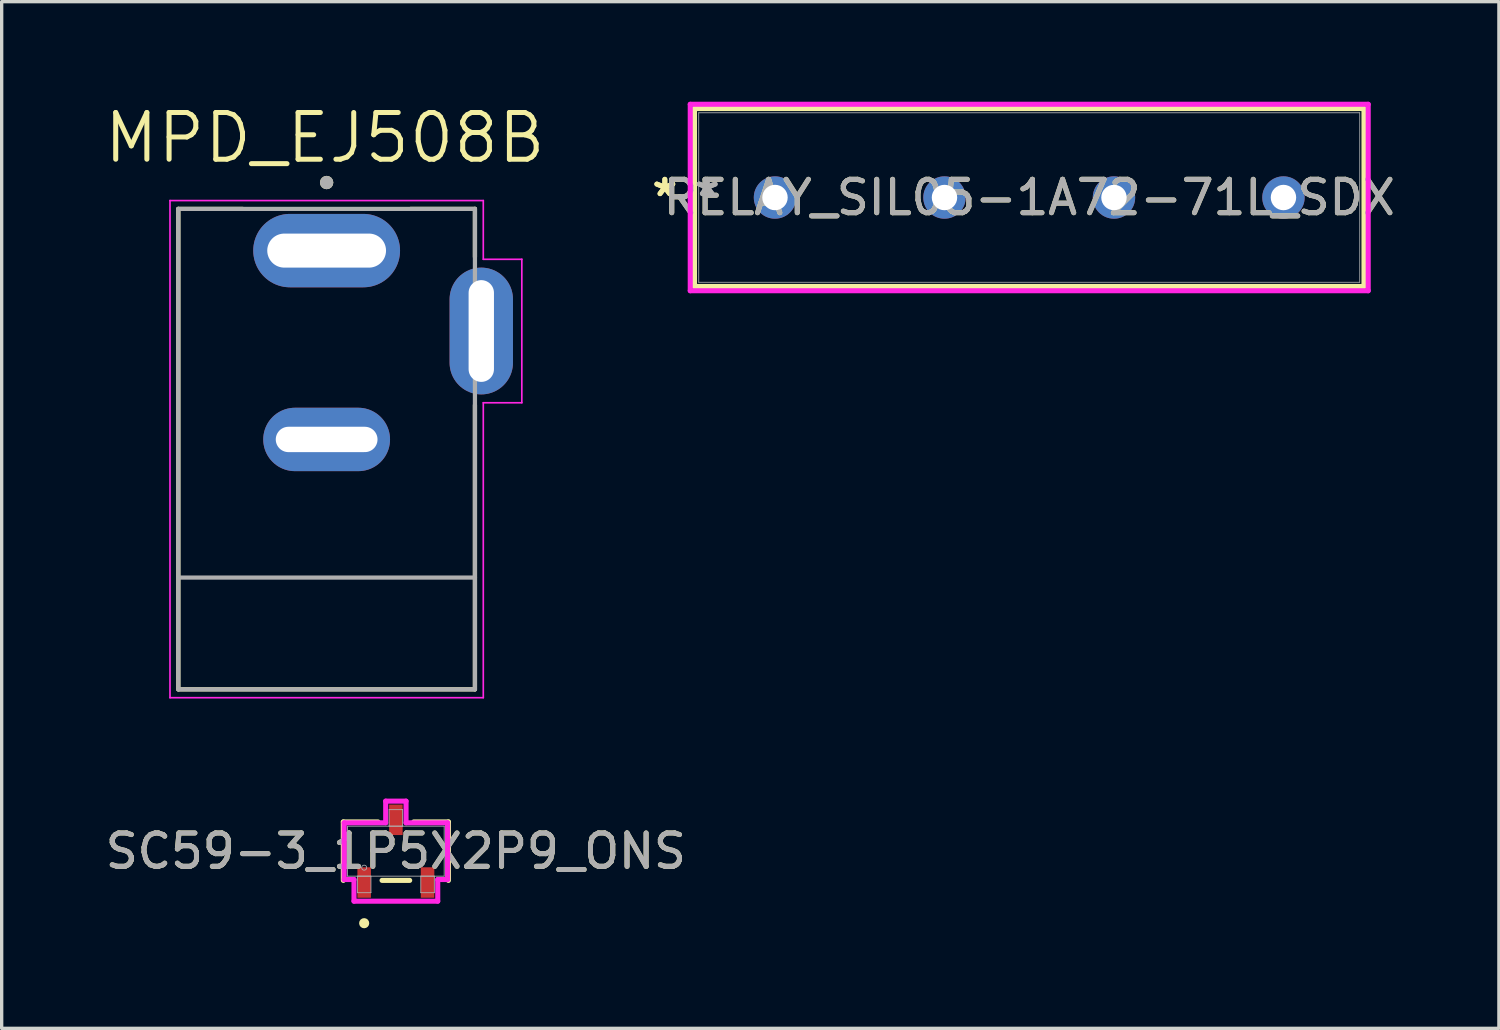
<source format=kicad_pcb>
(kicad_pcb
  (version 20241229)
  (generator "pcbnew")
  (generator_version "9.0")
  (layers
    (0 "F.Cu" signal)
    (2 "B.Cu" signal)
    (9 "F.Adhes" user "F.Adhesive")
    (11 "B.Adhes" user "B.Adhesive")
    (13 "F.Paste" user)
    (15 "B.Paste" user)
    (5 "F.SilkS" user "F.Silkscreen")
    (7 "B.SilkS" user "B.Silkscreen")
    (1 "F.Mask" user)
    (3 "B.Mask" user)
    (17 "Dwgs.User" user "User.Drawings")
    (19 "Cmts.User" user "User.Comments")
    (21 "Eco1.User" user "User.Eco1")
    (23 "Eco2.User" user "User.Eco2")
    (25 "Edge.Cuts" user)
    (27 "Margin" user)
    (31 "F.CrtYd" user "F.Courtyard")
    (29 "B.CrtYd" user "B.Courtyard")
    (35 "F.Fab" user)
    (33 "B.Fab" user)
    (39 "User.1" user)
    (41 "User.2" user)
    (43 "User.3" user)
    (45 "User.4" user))
  (footprint "RELAY_SIL05-1A72-71L_SDX"
    (layer "F.Cu")
    (at 20.178 2.87)
    (property "Reference" "RELAY_SIL05-1A72-71L_SDX" (at 7.62 0 0) (unlocked yes) (layer "F.SilkS") (effects (font (size 1 1) (thickness 0.15))))
    (attr through_hole)
    (fp_line (start -2.413 -2.667) (end -2.413 2.667) (stroke (width 0.152) (type solid)) (layer "F.SilkS"))
    (fp_line (start -2.413 2.667) (end 17.653 2.667) (stroke (width 0.152) (type solid)) (layer "F.SilkS"))
    (fp_line (start 17.653 -2.667) (end -2.413 -2.667) (stroke (width 0.152) (type solid)) (layer "F.SilkS"))
    (fp_line (start 17.653 2.667) (end 17.653 -2.667) (stroke (width 0.152) (type solid)) (layer "F.SilkS"))
    (fp_line (start -2.54 -2.794) (end 17.78 -2.794) (stroke (width 0.152) (type solid)) (layer "F.CrtYd"))
    (fp_line (start -2.54 2.794) (end -2.54 -2.794) (stroke (width 0.152) (type solid)) (layer "F.CrtYd"))
    (fp_line (start 17.78 -2.794) (end 17.78 2.794) (stroke (width 0.152) (type solid)) (layer "F.CrtYd"))
    (fp_line (start 17.78 2.794) (end -2.54 2.794) (stroke (width 0.152) (type solid)) (layer "F.CrtYd"))
    (fp_line (start -2.286 -2.54) (end -2.286 2.54) (stroke (width 0.025) (type solid)) (layer "F.Fab"))
    (fp_line (start -2.286 2.54) (end 17.526 2.54) (stroke (width 0.025) (type solid)) (layer "F.Fab"))
    (fp_line (start 17.526 -2.54) (end -2.286 -2.54) (stroke (width 0.025) (type solid)) (layer "F.Fab"))
    (fp_line (start 17.526 2.54) (end 17.526 -2.54) (stroke (width 0.025) (type solid)) (layer "F.Fab"))
    (fp_text user "*" (at -3.302 0 0) (unlocked yes) (layer "F.SilkS") (effects (font (size 1 1) (thickness 0.15))))
    (fp_text user "*" (at -3.302 0 0) (layer "F.SilkS") (effects (font (size 1 1) (thickness 0.15))))
    (fp_text user "*" (at -2.032 0 0) (unlocked yes) (layer "F.Fab") (effects (font (size 1 1) (thickness 0.15))))
    (fp_text user "${REFERENCE}" (at 7.62 0 0) (unlocked yes) (layer "F.Fab") (effects (font (size 1 1) (thickness 0.15))))
    (fp_text user "*" (at -2.032 0 0) (layer "F.Fab") (effects (font (size 1 1) (thickness 0.15))))
    (pad "1" thru_hole circle (at 0 0) (size 1.27 1.27) (drill 0.762) (layers "*.Cu" "*.Mask"))
    (pad "2" thru_hole circle (at 5.08 0) (size 1.27 1.27) (drill 0.762) (layers "*.Cu" "*.Mask"))
    (pad "3" thru_hole circle (at 10.16 0) (size 1.27 1.27) (drill 0.762) (layers "*.Cu" "*.Mask"))
    (pad "4" thru_hole circle (at 15.24 0) (size 1.27 1.27) (drill 0.762) (layers "*.Cu" "*.Mask")))
  (footprint "MPD_EJ508B"
    (layer "F.Cu")
    (at 6.74 6.871)
    (property "Reference" "MPD_EJ508B" (at -0.055 -5.789 0) (layer "F.SilkS") (effects (font (size 1.4 1.4) (thickness 0.15))))
    (attr through_hole)
    (fp_line (start -4.445 -3.66) (end -4.445 10.74) (stroke (width 0.127) (type solid)) (layer "F.SilkS"))
    (fp_line (start -4.445 10.74) (end 4.445 10.74) (stroke (width 0.127) (type solid)) (layer "F.SilkS"))
    (fp_line (start -2.52 -3.66) (end -4.445 -3.66) (stroke (width 0.127) (type solid)) (layer "F.SilkS"))
    (fp_line (start 2.52 -3.66) (end 4.445 -3.66) (stroke (width 0.127) (type solid)) (layer "F.SilkS"))
    (fp_line (start 4.445 -3.66) (end 4.445 -2.22) (stroke (width 0.127) (type solid)) (layer "F.SilkS"))
    (fp_line (start 4.445 10.74) (end 4.445 2.22) (stroke (width 0.127) (type solid)) (layer "F.SilkS"))
    (fp_circle (center 0 -4.45) (end 0.1 -4.45) (stroke (width 0.2) (type solid)) (fill no) (layer "F.SilkS"))
    (fp_line (start -4.695 -3.91) (end -4.695 10.99) (stroke (width 0.05) (type solid)) (layer "F.CrtYd"))
    (fp_line (start -4.695 10.99) (end 4.695 10.99) (stroke (width 0.05) (type solid)) (layer "F.CrtYd"))
    (fp_line (start 4.695 -3.91) (end -4.695 -3.91) (stroke (width 0.05) (type solid)) (layer "F.CrtYd"))
    (fp_line (start 4.695 -3.91) (end 4.695 -2.15) (stroke (width 0.05) (type solid)) (layer "F.CrtYd"))
    (fp_line (start 4.695 -2.15) (end 5.85 -2.15) (stroke (width 0.05) (type solid)) (layer "F.CrtYd"))
    (fp_line (start 4.695 2.15) (end 4.695 10.99) (stroke (width 0.05) (type solid)) (layer "F.CrtYd"))
    (fp_line (start 5.85 -2.15) (end 5.85 2.15) (stroke (width 0.05) (type solid)) (layer "F.CrtYd"))
    (fp_line (start 5.85 2.15) (end 4.695 2.15) (stroke (width 0.05) (type solid)) (layer "F.CrtYd"))
    (fp_line (start -4.445 -3.66) (end -4.445 7.39) (stroke (width 0.127) (type solid)) (layer "F.Fab"))
    (fp_line (start -4.445 7.39) (end -4.445 10.74) (stroke (width 0.127) (type solid)) (layer "F.Fab"))
    (fp_line (start -4.445 7.39) (end 4.445 7.39) (stroke (width 0.127) (type solid)) (layer "F.Fab"))
    (fp_line (start -4.445 10.74) (end 4.445 10.74) (stroke (width 0.127) (type solid)) (layer "F.Fab"))
    (fp_line (start 4.445 -3.66) (end -4.445 -3.66) (stroke (width 0.127) (type solid)) (layer "F.Fab"))
    (fp_line (start 4.445 7.39) (end 4.445 -3.66) (stroke (width 0.127) (type solid)) (layer "F.Fab"))
    (fp_line (start 4.445 10.74) (end 4.445 7.39) (stroke (width 0.127) (type solid)) (layer "F.Fab"))
    (fp_circle (center 0 -4.45) (end 0.1 -4.45) (stroke (width 0.2) (type solid)) (fill no) (layer "F.Fab"))
    (pad "1" thru_hole oval (at 0 -2.41) (size 4.4 2.2) (drill oval 3.56 1.02) (layers "*.Cu" "*.Mask"))
    (pad "2" thru_hole oval (at 0 3.25) (size 3.8 1.9) (drill oval 3.05 0.76) (layers "*.Cu" "*.Mask"))
    (pad "3" thru_hole oval (at 4.635 0) (size 1.9 3.8) (drill oval 0.76 3.05) (layers "*.Cu" "*.Mask")))
  (footprint "SC59-3_1P5X2P9_ONS"
    (layer "F.Cu")
    (at 8.815 22.461)
    (property "Reference" "SC59-3_1P5X2P9_ONS" (at 0 0 0) (unlocked yes) (layer "F.SilkS") (effects (font (size 1 1) (thickness 0.15))))
    (attr smd)
    (fp_line (start -1.575 -0.876) (end -1.575 0.876) (stroke (width 0.152) (type solid)) (layer "F.SilkS"))
    (fp_line (start -0.536 -0.876) (end -1.575 -0.876) (stroke (width 0.152) (type solid)) (layer "F.SilkS"))
    (fp_line (start -0.414 0.876) (end 0.414 0.876) (stroke (width 0.152) (type solid)) (layer "F.SilkS"))
    (fp_line (start 1.575 -0.876) (end 0.536 -0.876) (stroke (width 0.152) (type solid)) (layer "F.SilkS"))
    (fp_line (start 1.575 0.876) (end 1.575 -0.876) (stroke (width 0.152) (type solid)) (layer "F.SilkS"))
    (fp_circle (center -0.95 2.159) (end -0.874 2.159) (stroke (width 0.152) (type solid)) (fill no) (layer "F.SilkS"))
    (fp_line (start -1.549 -0.851) (end -0.305 -0.851) (stroke (width 0.152) (type solid)) (layer "F.CrtYd"))
    (fp_line (start -1.549 0.851) (end -1.549 -0.851) (stroke (width 0.152) (type solid)) (layer "F.CrtYd"))
    (fp_line (start -1.549 0.851) (end -1.255 0.851) (stroke (width 0.152) (type solid)) (layer "F.CrtYd"))
    (fp_line (start -1.255 0.851) (end -1.255 1.499) (stroke (width 0.152) (type solid)) (layer "F.CrtYd"))
    (fp_line (start -1.255 1.499) (end 1.255 1.499) (stroke (width 0.152) (type solid)) (layer "F.CrtYd"))
    (fp_line (start -0.305 -1.499) (end 0.305 -1.499) (stroke (width 0.152) (type solid)) (layer "F.CrtYd"))
    (fp_line (start -0.305 -0.851) (end -0.305 -1.499) (stroke (width 0.152) (type solid)) (layer "F.CrtYd"))
    (fp_line (start 0.305 -0.851) (end 0.305 -1.499) (stroke (width 0.152) (type solid)) (layer "F.CrtYd"))
    (fp_line (start 1.255 0.851) (end 1.255 1.499) (stroke (width 0.152) (type solid)) (layer "F.CrtYd"))
    (fp_line (start 1.549 -0.851) (end 0.305 -0.851) (stroke (width 0.152) (type solid)) (layer "F.CrtYd"))
    (fp_line (start 1.549 -0.851) (end 1.549 0.851) (stroke (width 0.152) (type solid)) (layer "F.CrtYd"))
    (fp_line (start 1.549 0.851) (end 1.255 0.851) (stroke (width 0.152) (type solid)) (layer "F.CrtYd"))
    (fp_line (start -1.448 -0.749) (end -1.448 0.749) (stroke (width 0.025) (type solid)) (layer "F.Fab"))
    (fp_line (start -1.448 0.749) (end 1.448 0.749) (stroke (width 0.025) (type solid)) (layer "F.Fab"))
    (fp_line (start -1.153 0.749) (end -1.153 1.245) (stroke (width 0.025) (type solid)) (layer "F.Fab"))
    (fp_line (start -1.153 1.245) (end -0.747 1.245) (stroke (width 0.025) (type solid)) (layer "F.Fab"))
    (fp_line (start -0.747 0.749) (end -1.153 0.749) (stroke (width 0.025) (type solid)) (layer "F.Fab"))
    (fp_line (start -0.747 1.245) (end -0.747 0.749) (stroke (width 0.025) (type solid)) (layer "F.Fab"))
    (fp_line (start -0.203 -1.245) (end -0.203 -0.749) (stroke (width 0.025) (type solid)) (layer "F.Fab"))
    (fp_line (start -0.203 -0.749) (end 0.203 -0.749) (stroke (width 0.025) (type solid)) (layer "F.Fab"))
    (fp_line (start 0.203 -1.245) (end -0.203 -1.245) (stroke (width 0.025) (type solid)) (layer "F.Fab"))
    (fp_line (start 0.203 -0.749) (end 0.203 -1.245) (stroke (width 0.025) (type solid)) (layer "F.Fab"))
    (fp_line (start 0.747 0.749) (end 0.747 1.245) (stroke (width 0.025) (type solid)) (layer "F.Fab"))
    (fp_line (start 0.747 1.245) (end 1.153 1.245) (stroke (width 0.025) (type solid)) (layer "F.Fab"))
    (fp_line (start 1.153 0.749) (end 0.747 0.749) (stroke (width 0.025) (type solid)) (layer "F.Fab"))
    (fp_line (start 1.153 1.245) (end 1.153 0.749) (stroke (width 0.025) (type solid)) (layer "F.Fab"))
    (fp_line (start 1.448 -0.749) (end -1.448 -0.749) (stroke (width 0.025) (type solid)) (layer "F.Fab"))
    (fp_line (start 1.448 0.749) (end 1.448 -0.749) (stroke (width 0.025) (type solid)) (layer "F.Fab"))
    (fp_circle (center -0.95 0.495) (end -0.874 0.495) (stroke (width 0.025) (type solid)) (fill no) (layer "F.Fab"))
    (fp_text user "${REFERENCE}" (at 0 0 0) (unlocked yes) (layer "F.Fab") (effects (font (size 1 1) (thickness 0.15))))
    (pad "1" smd rect (at -0.95 0.94) (size 0.406 0.914) (layers "F.Cu" "F.Mask" "F.Paste"))
    (pad "2" smd rect (at 0.95 0.94) (size 0.406 0.914) (layers "F.Cu" "F.Mask" "F.Paste"))
    (pad "3" smd rect (at 0 -0.94) (size 0.406 0.914) (layers "F.Cu" "F.Mask" "F.Paste")))
  (gr_rect
    (start -3 -3)
    (end 41.875 27.772)
    (stroke (width 0.1) (type default))
    (fill no)
    (layer "Edge.Cuts")))
</source>
